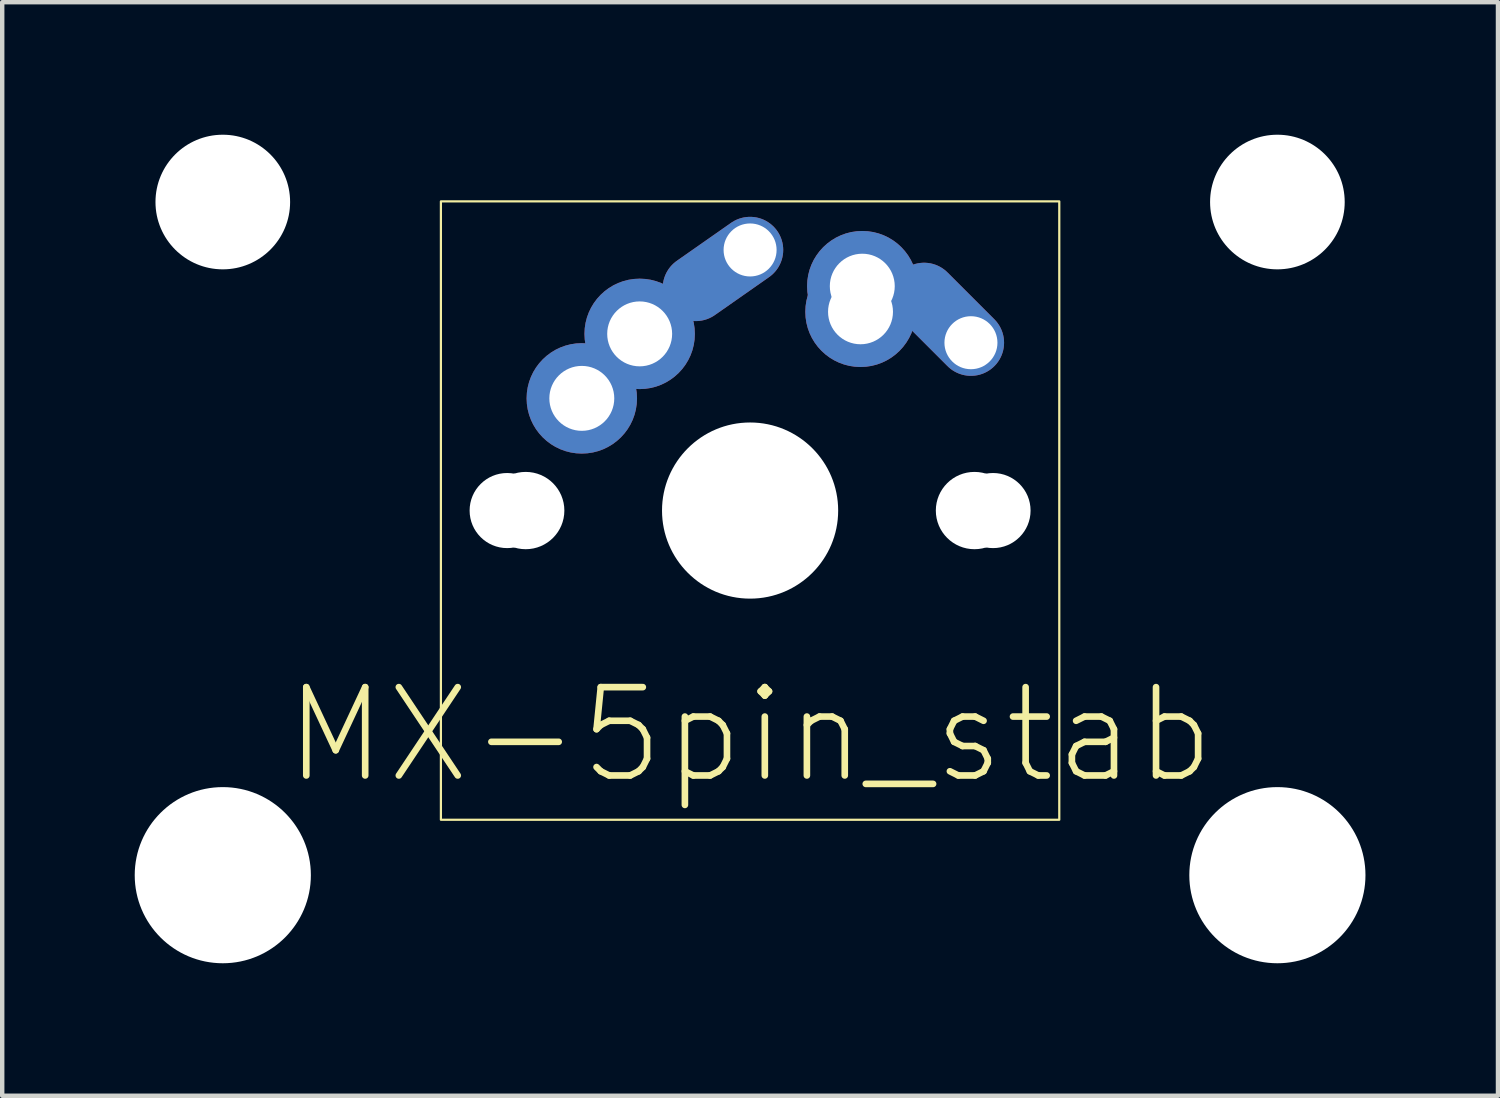
<source format=kicad_pcb>
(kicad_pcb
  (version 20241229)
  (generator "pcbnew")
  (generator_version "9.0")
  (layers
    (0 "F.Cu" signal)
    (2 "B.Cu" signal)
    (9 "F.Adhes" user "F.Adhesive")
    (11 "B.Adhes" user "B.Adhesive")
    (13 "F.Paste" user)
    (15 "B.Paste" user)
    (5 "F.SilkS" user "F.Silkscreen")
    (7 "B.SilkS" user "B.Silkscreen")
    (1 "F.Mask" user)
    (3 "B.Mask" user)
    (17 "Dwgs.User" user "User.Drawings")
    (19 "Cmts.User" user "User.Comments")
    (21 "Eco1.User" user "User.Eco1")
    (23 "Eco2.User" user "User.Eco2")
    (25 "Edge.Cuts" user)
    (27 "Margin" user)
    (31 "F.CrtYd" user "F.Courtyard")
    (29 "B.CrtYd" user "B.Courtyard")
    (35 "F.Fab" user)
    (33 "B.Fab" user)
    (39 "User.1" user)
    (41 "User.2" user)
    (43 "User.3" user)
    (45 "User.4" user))
  (footprint "MX-5pin_stab"
    (layer "F.Cu")
    (at 13.932 8.509)
    (property "Reference" "MX-5pin_stab" (at 0 5.08 0) (unlocked yes) (layer "F.SilkS") (effects (font (size 2 2) (thickness 0.15))))
    (attr through_hole)
    (fp_rect (start -7 -7) (end 7 7) (stroke (width 0.05) (type solid)) (fill no) (layer "F.SilkS"))
    (pad "" np_thru_hole circle (at -11.938 -6.985) (size 3.048 3.048) (drill 3.048) (layers "*.Cu" "*.Mask"))
    (pad "" np_thru_hole circle (at -11.938 8.255) (size 3.988 3.988) (drill 3.988) (layers "*.Cu" "*.Mask"))
    (pad "" np_thru_hole circle (at -5.5 0 48.1) (size 1.7 1.7) (drill 1.7) (layers "*.Cu" "*.Mask"))
    (pad "" np_thru_hole circle (at -5.08 0 48.1) (size 1.75 1.75) (drill 1.75) (layers "*.Cu" "*.Mask"))
    (pad "" np_thru_hole circle (at 0 0) (size 3.988 3.988) (drill 3.988) (layers "*.Cu" "*.Mask"))
    (pad "" np_thru_hole circle (at 5.08 0 48.1) (size 1.75 1.75) (drill 1.75) (layers "*.Cu" "*.Mask"))
    (pad "" np_thru_hole circle (at 5.5 0 48.1) (size 1.7 1.7) (drill 1.7) (layers "*.Cu" "*.Mask"))
    (pad "" np_thru_hole circle (at 11.938 -6.985) (size 3.048 3.048) (drill 3.048) (layers "*.Cu" "*.Mask"))
    (pad "" np_thru_hole circle (at 11.938 8.255) (size 3.988 3.988) (drill 3.988) (layers "*.Cu" "*.Mask"))
    (pad "1" thru_hole circle (at -3.81 -2.54) (size 2.5 2.5) (drill 1.47) (layers "*.Cu" "*.Mask"))
    (pad "1" thru_hole circle (at -2.5 -4) (size 2.5 2.5) (drill 1.47) (layers "*.Cu" "*.Mask"))
    (pad "1" thru_hole oval (at 0 -5.9 35) (size 3 1.5) (drill 1.2 (offset -0.75 0)) (layers "*.Cu" "*.Mask"))
    (pad "2" thru_hole circle (at 2.5 -4.5) (size 2.5 2.5) (drill 1.47) (layers "*.Cu" "*.Mask"))
    (pad "2" thru_hole circle (at 2.54 -5.08) (size 2.5 2.5) (drill 1.47) (layers "*.Cu" "*.Mask"))
    (pad "2" thru_hole oval (at 5 -3.8 315) (size 3 1.5) (drill 1.2 (offset -0.75 0)) (layers "*.Cu" "*.Mask")))
  (gr_rect
    (start -3 -3)
    (end 30.864 21.758)
    (stroke (width 0.1) (type default))
    (fill no)
    (layer "Edge.Cuts")))
</source>
